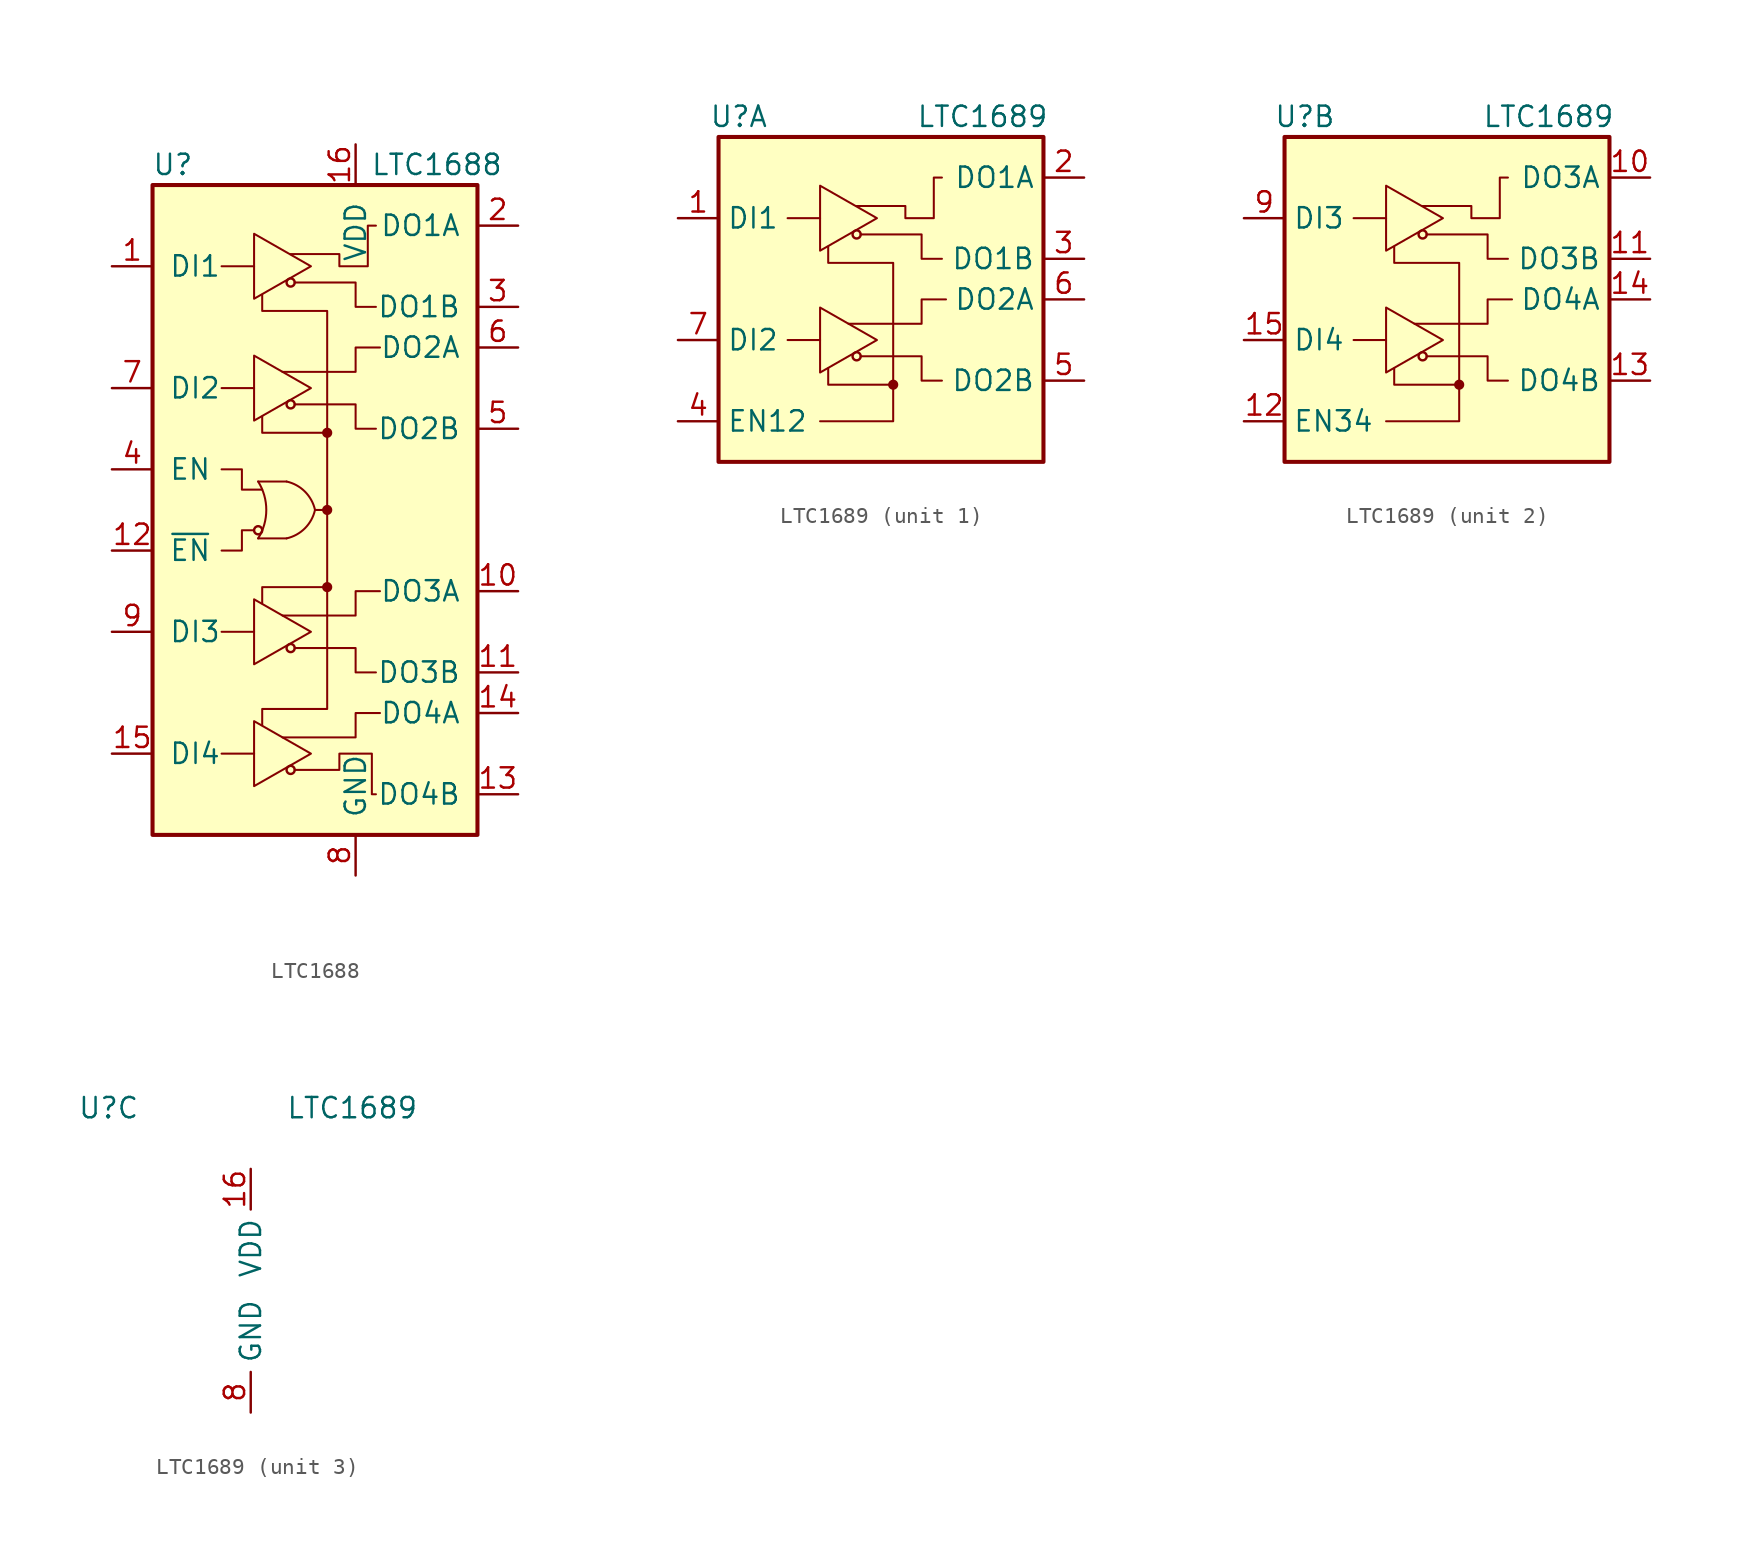
<source format=kicad_sym>
(kicad_symbol_lib
  (version 20241209)
  (generator "kicad_symbol_editor")
  (generator_version "9.0")
  (symbol "LTC1688"
    (pin_names
      (offset 1.016))
    (property "Reference" "U"
      (at -8.89 21.59 0)
      (effects (font (size 1.27 1.27))))
    (property "Value" "LTC1688"
      (at 7.62 21.59 0)
      (effects (font (size 1.27 1.27))))
    (symbol "LTC1688_0_1"
      (rectangle (start -10.16 20.32) (end 10.16 -20.32) (stroke (width 0.254) (type default)) (fill (type background)))
      (polyline (pts (xy -5.842 15.24) (xy -3.81 15.24)) (stroke (width 0.127) (type default)) (fill (type none)))
      (polyline (pts (xy -5.842 7.62) (xy -3.81 7.62)) (stroke (width 0.127) (type default)) (fill (type none)))
      (polyline (pts (xy -5.842 -7.62) (xy -3.81 -7.62)) (stroke (width 0.127) (type default)) (fill (type none)))
      (polyline (pts (xy -5.842 -15.24) (xy -3.81 -15.24)) (stroke (width 0.127) (type default)) (fill (type none)))
      (polyline (pts (xy -2.032 8.636) (xy 2.54 8.636) (xy 2.54 10.16) (xy 4.064 10.16)) (stroke (width 0.127) (type default)) (fill (type none)))
      (polyline (pts (xy -2.032 -6.604) (xy 2.54 -6.604) (xy 2.54 -5.08) (xy 4.064 -5.08)) (stroke (width 0.127) (type default)) (fill (type none)))
      (polyline (pts (xy -2.032 -14.224) (xy 2.54 -14.224) (xy 2.54 -12.7) (xy 4.064 -12.7)) (stroke (width 0.127) (type default)) (fill (type none)))
      (polyline (pts (xy -1.524 16.002) (xy 1.524 16.002) (xy 1.524 15.24) (xy 3.302 15.24) (xy 3.302 17.78) (xy 3.81 17.78)) (stroke (width 0.127) (type default)) (fill (type none)))
      (polyline (pts (xy 0 0) (xy 0.762 0)) (stroke (width 0.127) (type default)) (fill (type none)))
      (polyline (pts (xy 0.762 4.826) (xy -3.302 4.826) (xy -3.302 5.842)) (stroke (width 0.127) (type default)) (fill (type none)))
      (circle (center 0.762 4.826) (radius 0.254) (stroke (width 0.127) (type default)) (fill (type outline)))
      (polyline (pts (xy 0.762 0) (xy 0.762 2.54) (xy 0.762 12.446) (xy -3.302 12.446) (xy -3.302 13.462)) (stroke (width 0.127) (type default)) (fill (type none)))
      (polyline (pts (xy 0.762 0) (xy 0.762 -2.54) (xy 0.762 -12.446) (xy -3.302 -12.446) (xy -3.302 -13.462)) (stroke (width 0.127) (type default)) (fill (type none)))
      (circle (center 0.762 0) (radius 0.254) (stroke (width 0.127) (type default)) (fill (type outline)))
      (polyline (pts (xy 0.762 -4.826) (xy -3.302 -4.826) (xy -3.302 -5.842)) (stroke (width 0.127) (type default)) (fill (type none)))
      (circle (center 0.762 -4.826) (radius 0.254) (stroke (width 0.127) (type default)) (fill (type outline))))
    (symbol "LTC1688_1_1"
      (arc (start -3.556 1.778) (mid -3.0461 0) (end -3.556 -1.778) (stroke (width 0.127) (type default)) (fill (type none)))
      (polyline (pts (xy -5.842 2.54) (xy -4.572 2.54) (xy -4.572 1.27) (xy -3.302 1.27)) (stroke (width 0.127) (type default)) (fill (type none)))
      (polyline (pts (xy -3.81 17.272) (xy -3.81 13.208) (xy -0.254 15.24) (xy -3.81 17.272)) (stroke (width 0.127) (type default)) (fill (type none)))
      (polyline (pts (xy -3.81 9.652) (xy -3.81 5.588) (xy -0.254 7.62) (xy -3.81 9.652)) (stroke (width 0.127) (type default)) (fill (type none)))
      (polyline (pts (xy -3.81 -1.27) (xy -4.572 -1.27) (xy -4.572 -2.54) (xy -5.842 -2.54)) (stroke (width 0.127) (type default)) (fill (type none)))
      (polyline (pts (xy -3.81 -5.588) (xy -3.81 -9.652) (xy -0.254 -7.62) (xy -3.81 -5.588)) (stroke (width 0.127) (type default)) (fill (type none)))
      (polyline (pts (xy -3.81 -13.208) (xy -3.81 -17.272) (xy -0.254 -15.24) (xy -3.81 -13.208)) (stroke (width 0.127) (type default)) (fill (type none)))
      (circle (center -3.556 -1.27) (radius 0.254) (stroke (width 0) (type default)) (fill (type none)))
      (polyline (pts (xy -3.556 -1.778) (xy -1.778 -1.778)) (stroke (width 0.127) (type default)) (fill (type none)))
      (arc (start 0 0) (mid -0.6301 -1.1479) (end -1.778 -1.778) (stroke (width 0.127) (type default)) (fill (type none)))
      (arc (start -1.778 1.778) (mid -0.6301 1.1479) (end 0 0) (stroke (width 0.127) (type default)) (fill (type none)))
      (polyline (pts (xy -1.778 1.778) (xy -3.556 1.778)) (stroke (width 0.127) (type default)) (fill (type none)))
      (circle (center -1.524 14.224) (radius 0.254) (stroke (width 0) (type default)) (fill (type none)))
      (circle (center -1.524 6.604) (radius 0.254) (stroke (width 0) (type default)) (fill (type none)))
      (circle (center -1.524 -8.636) (radius 0.254) (stroke (width 0) (type default)) (fill (type none)))
      (circle (center -1.524 -16.256) (radius 0.254) (stroke (width 0) (type default)) (fill (type none)))
      (polyline (pts (xy -1.27 14.224) (xy 2.54 14.224) (xy 2.54 12.7) (xy 3.81 12.7)) (stroke (width 0.127) (type default)) (fill (type none)))
      (polyline (pts (xy -1.27 6.604) (xy 2.54 6.604) (xy 2.54 5.08) (xy 3.81 5.08)) (stroke (width 0.127) (type default)) (fill (type none)))
      (polyline (pts (xy -1.27 -8.636) (xy 2.54 -8.636) (xy 2.54 -10.16) (xy 3.81 -10.16)) (stroke (width 0.127) (type default)) (fill (type none)))
      (polyline (pts (xy -1.27 -16.256) (xy 1.524 -16.256) (xy 1.524 -15.24) (xy 3.556 -15.24) (xy 3.556 -17.78) (xy 3.81 -17.78)) (stroke (width 0.127) (type default)) (fill (type none)))
      (pin input line (at -12.7 15.24 0) (length 2.54) (name "DI1" (effects (font (size 1.27 1.27)))) (number "1" (effects (font (size 1.27 1.27)))))
      (pin input line (at -12.7 7.62 0) (length 2.54) (name "DI2" (effects (font (size 1.27 1.27)))) (number "7" (effects (font (size 1.27 1.27)))))
      (pin input line (at -12.7 2.54 0) (length 2.54) (name "EN" (effects (font (size 1.27 1.27)))) (number "4" (effects (font (size 1.27 1.27)))))
      (pin input line (at -12.7 -2.54 0) (length 2.54) (name "~{EN}" (effects (font (size 1.27 1.27)))) (number "12" (effects (font (size 1.27 1.27)))))
      (pin input line (at -12.7 -7.62 0) (length 2.54) (name "DI3" (effects (font (size 1.27 1.27)))) (number "9" (effects (font (size 1.27 1.27)))))
      (pin input line (at -12.7 -15.24 0) (length 2.54) (name "DI4" (effects (font (size 1.27 1.27)))) (number "15" (effects (font (size 1.27 1.27)))))
      (pin power_in line (at 2.54 22.86 270) (length 2.54) (name "VDD" (effects (font (size 1.27 1.27)))) (number "16" (effects (font (size 1.27 1.27)))))
      (pin power_in line (at 2.54 -22.86 90) (length 2.54) (name "GND" (effects (font (size 1.27 1.27)))) (number "8" (effects (font (size 1.27 1.27)))))
      (pin output line (at 12.7 17.78 180) (length 2.54) (name "DO1A" (effects (font (size 1.27 1.27)))) (number "2" (effects (font (size 1.27 1.27)))))
      (pin output line (at 12.7 12.7 180) (length 2.54) (name "DO1B" (effects (font (size 1.27 1.27)))) (number "3" (effects (font (size 1.27 1.27)))))
      (pin output line (at 12.7 10.16 180) (length 2.54) (name "DO2A" (effects (font (size 1.27 1.27)))) (number "6" (effects (font (size 1.27 1.27)))))
      (pin output line (at 12.7 5.08 180) (length 2.54) (name "DO2B" (effects (font (size 1.27 1.27)))) (number "5" (effects (font (size 1.27 1.27)))))
      (pin output line (at 12.7 -5.08 180) (length 2.54) (name "DO3A" (effects (font (size 1.27 1.27)))) (number "10" (effects (font (size 1.27 1.27)))))
      (pin output line (at 12.7 -10.16 180) (length 2.54) (name "DO3B" (effects (font (size 1.27 1.27)))) (number "11" (effects (font (size 1.27 1.27)))))
      (pin output line (at 12.7 -12.7 180) (length 2.54) (name "DO4A" (effects (font (size 1.27 1.27)))) (number "14" (effects (font (size 1.27 1.27)))))
      (pin output line (at 12.7 -17.78 180) (length 2.54) (name "DO4B" (effects (font (size 1.27 1.27)))) (number "13" (effects (font (size 1.27 1.27)))))))
  (symbol "LTC1689"
    (property "Reference" "U"
      (at -8.89 11.43 0)
      (effects (font (size 1.27 1.27))))
    (property "Value" "LTC1689"
      (at 6.35 11.43 0)
      (effects (font (size 1.27 1.27))))
    (property "ki_locked" ""
      (at 0 0 0)
      (effects (font (size 1.27 1.27))))
    (symbol "LTC1689_1_1"
      (rectangle (start -10.16 10.16) (end 10.16 -10.16) (stroke (width 0.254) (type default)) (fill (type background)))
      (polyline (pts (xy -5.842 5.08) (xy -3.81 5.08)) (stroke (width 0.127) (type default)) (fill (type none)))
      (polyline (pts (xy -5.842 -2.54) (xy -3.81 -2.54)) (stroke (width 0.127) (type default)) (fill (type none)))
      (polyline (pts (xy -3.81 7.112) (xy -3.81 3.048) (xy -0.254 5.08) (xy -3.81 7.112)) (stroke (width 0.127) (type default)) (fill (type none)))
      (polyline (pts (xy -3.81 -0.508) (xy -3.81 -4.572) (xy -0.254 -2.54) (xy -3.81 -0.508)) (stroke (width 0.127) (type default)) (fill (type none)))
      (polyline (pts (xy -3.81 -7.62) (xy 0.762 -7.62) (xy 0.762 2.286) (xy -3.302 2.286) (xy -3.302 3.302)) (stroke (width 0.127) (type default)) (fill (type none)))
      (polyline (pts (xy -2.032 -1.524) (xy 2.54 -1.524) (xy 2.54 0) (xy 4.064 0)) (stroke (width 0.127) (type default)) (fill (type none)))
      (polyline (pts (xy -1.524 5.842) (xy 1.524 5.842) (xy 1.524 5.08) (xy 3.302 5.08) (xy 3.302 7.62) (xy 3.81 7.62)) (stroke (width 0.127) (type default)) (fill (type none)))
      (circle (center -1.524 4.064) (radius 0.254) (stroke (width 0) (type default)) (fill (type none)))
      (circle (center -1.524 -3.556) (radius 0.254) (stroke (width 0) (type default)) (fill (type none)))
      (polyline (pts (xy -1.27 4.064) (xy 2.54 4.064) (xy 2.54 2.54) (xy 3.81 2.54)) (stroke (width 0.127) (type default)) (fill (type none)))
      (polyline (pts (xy -1.27 -3.556) (xy 2.54 -3.556) (xy 2.54 -5.08) (xy 3.81 -5.08)) (stroke (width 0.127) (type default)) (fill (type none)))
      (polyline (pts (xy 0.762 -5.334) (xy -3.302 -5.334) (xy -3.302 -4.318)) (stroke (width 0.127) (type default)) (fill (type none)))
      (circle (center 0.762 -5.334) (radius 0.254) (stroke (width 0.127) (type default)) (fill (type outline)))
      (pin input line (at -12.7 5.08 0) (length 2.54) (name "DI1" (effects (font (size 1.27 1.27)))) (number "1" (effects (font (size 1.27 1.27)))))
      (pin input line (at -12.7 -2.54 0) (length 2.54) (name "DI2" (effects (font (size 1.27 1.27)))) (number "7" (effects (font (size 1.27 1.27)))))
      (pin input line (at -12.7 -7.62 0) (length 2.54) (name "EN12" (effects (font (size 1.27 1.27)))) (number "4" (effects (font (size 1.27 1.27)))))
      (pin output line (at 12.7 7.62 180) (length 2.54) (name "DO1A" (effects (font (size 1.27 1.27)))) (number "2" (effects (font (size 1.27 1.27)))))
      (pin output line (at 12.7 2.54 180) (length 2.54) (name "DO1B" (effects (font (size 1.27 1.27)))) (number "3" (effects (font (size 1.27 1.27)))))
      (pin output line (at 12.7 0 180) (length 2.54) (name "DO2A" (effects (font (size 1.27 1.27)))) (number "6" (effects (font (size 1.27 1.27)))))
      (pin output line (at 12.7 -5.08 180) (length 2.54) (name "DO2B" (effects (font (size 1.27 1.27)))) (number "5" (effects (font (size 1.27 1.27))))))
    (symbol "LTC1689_2_1"
      (rectangle (start -10.16 10.16) (end 10.16 -10.16) (stroke (width 0.254) (type default)) (fill (type background)))
      (polyline (pts (xy -5.842 5.08) (xy -3.81 5.08)) (stroke (width 0.127) (type default)) (fill (type none)))
      (polyline (pts (xy -5.842 -2.54) (xy -3.81 -2.54)) (stroke (width 0.127) (type default)) (fill (type none)))
      (polyline (pts (xy -3.81 7.112) (xy -3.81 3.048) (xy -0.254 5.08) (xy -3.81 7.112)) (stroke (width 0.127) (type default)) (fill (type none)))
      (polyline (pts (xy -3.81 -0.508) (xy -3.81 -4.572) (xy -0.254 -2.54) (xy -3.81 -0.508)) (stroke (width 0.127) (type default)) (fill (type none)))
      (polyline (pts (xy -3.81 -7.62) (xy 0.762 -7.62) (xy 0.762 2.286) (xy -3.302 2.286) (xy -3.302 3.302)) (stroke (width 0.127) (type default)) (fill (type none)))
      (polyline (pts (xy -2.032 -1.524) (xy 2.54 -1.524) (xy 2.54 0) (xy 4.064 0)) (stroke (width 0.127) (type default)) (fill (type none)))
      (polyline (pts (xy -1.524 5.842) (xy 1.524 5.842) (xy 1.524 5.08) (xy 3.302 5.08) (xy 3.302 7.62) (xy 3.81 7.62)) (stroke (width 0.127) (type default)) (fill (type none)))
      (circle (center -1.524 4.064) (radius 0.254) (stroke (width 0) (type default)) (fill (type none)))
      (circle (center -1.524 -3.556) (radius 0.254) (stroke (width 0) (type default)) (fill (type none)))
      (polyline (pts (xy -1.27 4.064) (xy 2.54 4.064) (xy 2.54 2.54) (xy 3.81 2.54)) (stroke (width 0.127) (type default)) (fill (type none)))
      (polyline (pts (xy -1.27 -3.556) (xy 2.54 -3.556) (xy 2.54 -5.08) (xy 3.81 -5.08)) (stroke (width 0.127) (type default)) (fill (type none)))
      (polyline (pts (xy 0.762 -5.334) (xy -3.302 -5.334) (xy -3.302 -4.318)) (stroke (width 0.127) (type default)) (fill (type none)))
      (circle (center 0.762 -5.334) (radius 0.254) (stroke (width 0.127) (type default)) (fill (type outline)))
      (pin input line (at -12.7 5.08 0) (length 2.54) (name "DI3" (effects (font (size 1.27 1.27)))) (number "9" (effects (font (size 1.27 1.27)))))
      (pin input line (at -12.7 -2.54 0) (length 2.54) (name "DI4" (effects (font (size 1.27 1.27)))) (number "15" (effects (font (size 1.27 1.27)))))
      (pin input line (at -12.7 -7.62 0) (length 2.54) (name "EN34" (effects (font (size 1.27 1.27)))) (number "12" (effects (font (size 1.27 1.27)))))
      (pin output line (at 12.7 7.62 180) (length 2.54) (name "DO3A" (effects (font (size 1.27 1.27)))) (number "10" (effects (font (size 1.27 1.27)))))
      (pin output line (at 12.7 2.54 180) (length 2.54) (name "DO3B" (effects (font (size 1.27 1.27)))) (number "11" (effects (font (size 1.27 1.27)))))
      (pin output line (at 12.7 0 180) (length 2.54) (name "DO4A" (effects (font (size 1.27 1.27)))) (number "14" (effects (font (size 1.27 1.27)))))
      (pin output line (at 12.7 -5.08 180) (length 2.54) (name "DO4B" (effects (font (size 1.27 1.27)))) (number "13" (effects (font (size 1.27 1.27))))))
    (symbol "LTC1689_3_1"
      (pin power_in line (at 0 7.62 270) (length 2.54) (name "VDD" (effects (font (size 1.27 1.27)))) (number "16" (effects (font (size 1.27 1.27)))))
      (pin power_in line (at 0 -7.62 90) (length 2.54) (name "GND" (effects (font (size 1.27 1.27)))) (number "8" (effects (font (size 1.27 1.27))))))))
</source>
